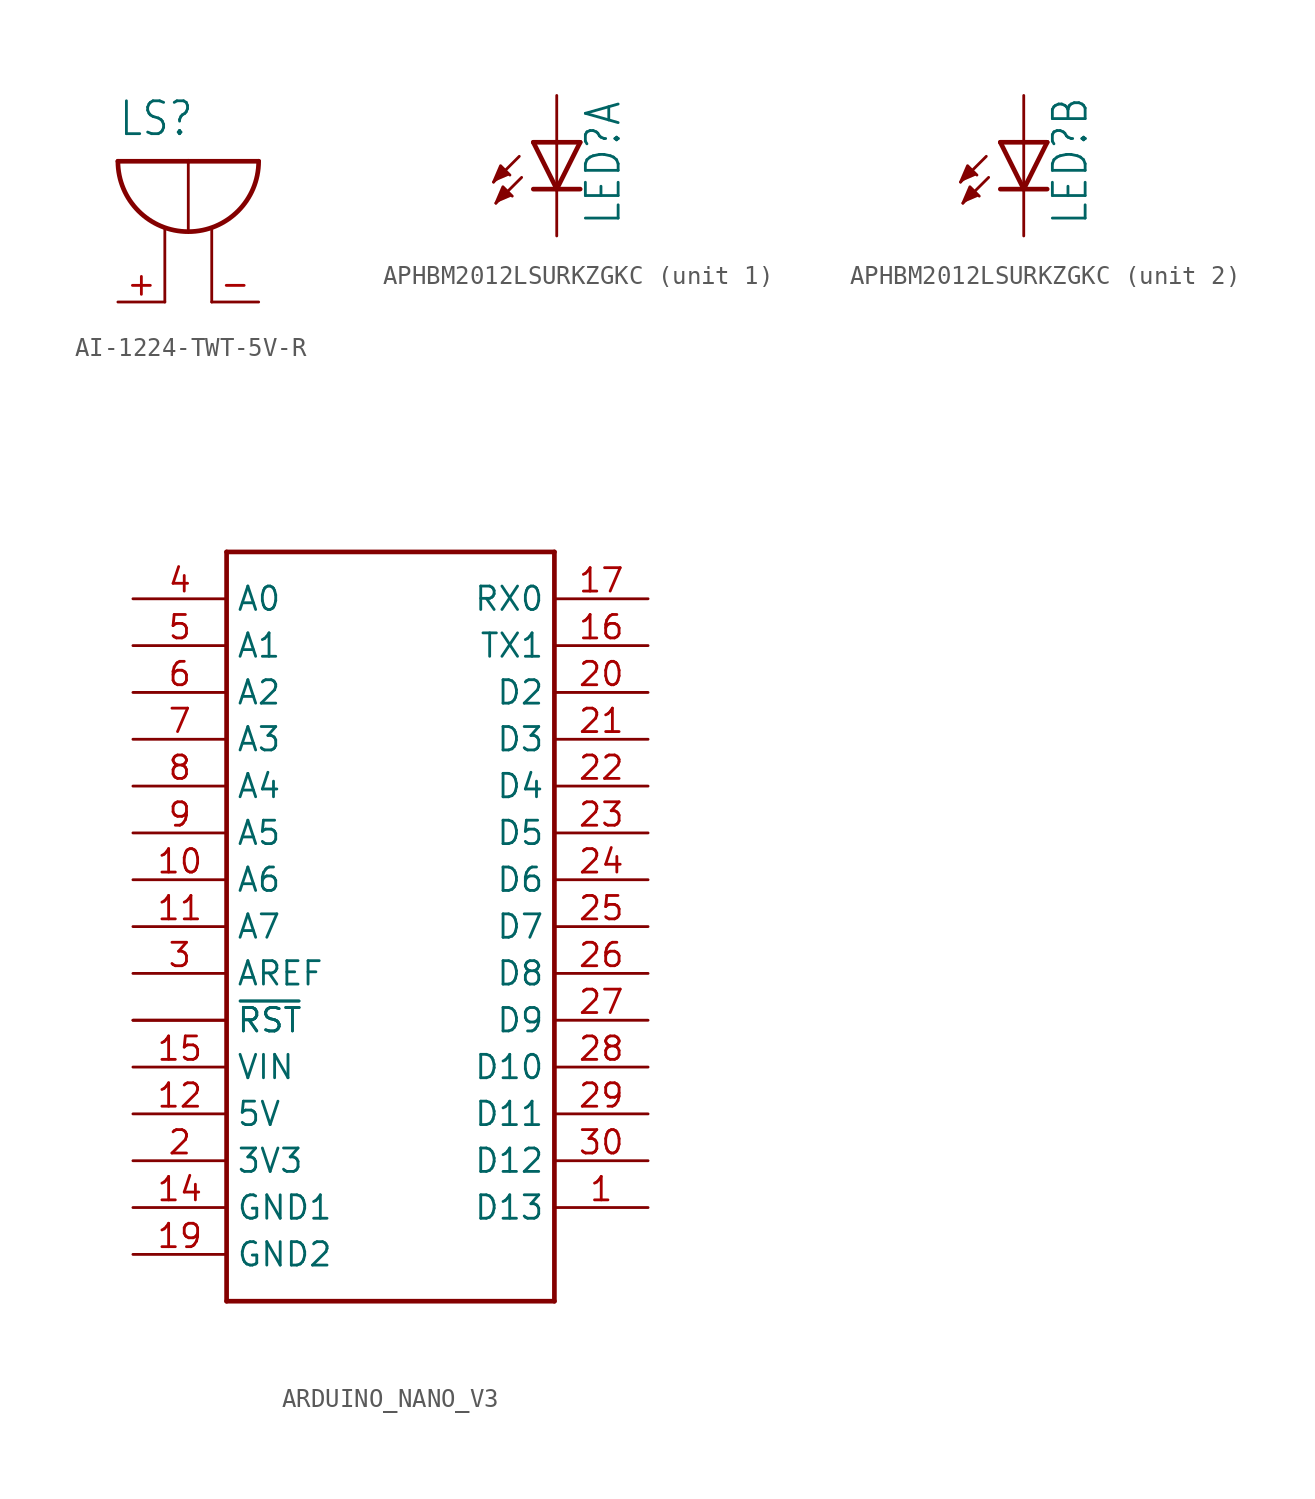
<source format=kicad_sym>
(kicad_symbol_lib
  (version 20231120)
  (generator "kicad_symbol_editor")
  (generator_version "8.0")
  (symbol "AI-1224-TWT-5V-R"
    (property "Reference" "LS"
      (at -2.54 6.35 0)
      (effects (font (size 1.778 1.511)) (justify left bottom)))
    (property "Value" ""
      (at 5.08 0 0)
      (effects (font (size 1.778 1.511)) (justify left bottom)))
    (property "ki_locked" ""
      (at 0 0 0)
      (effects (font (size 1.27 1.27))))
    (symbol "AI-1224-TWT-5V-R_1_0"
      (arc (start -2.54 5.08) (mid 1.27 1.27) (end 5.08 5.08) (stroke (width 0.254) (type solid)) (fill (type none)))
      (polyline (pts (xy -2.54 5.08) (xy 1.27 5.08)) (stroke (width 0.254) (type solid)) (fill (type none)))
      (polyline (pts (xy 0 -2.54) (xy 0 1.397)) (stroke (width 0.152) (type solid)) (fill (type none)))
      (polyline (pts (xy 1.27 1.27) (xy 1.27 5.08)) (stroke (width 0.152) (type solid)) (fill (type none)))
      (polyline (pts (xy 1.27 5.08) (xy 5.08 5.08)) (stroke (width 0.254) (type solid)) (fill (type none)))
      (polyline (pts (xy 2.54 -2.54) (xy 2.54 1.397)) (stroke (width 0.152) (type solid)) (fill (type none)))
      (pin passive line (at -2.54 -2.54 0) (length 2.54) (name "+" (effects (font (size 0 0)))) (number "+" (effects (font (size 1.27 1.27)))))
      (pin passive line (at 5.08 -2.54 180) (length 2.54) (name "-" (effects (font (size 0 0)))) (number "-" (effects (font (size 1.27 1.27)))))))
  (symbol "APHBM2012LSURKZGKC"
    (property "Reference" "LED"
      (at 3.556 -4.572 90)
      (effects (font (size 1.778 1.511)) (justify left bottom)))
    (property "Value" ""
      (at 5.715 -4.572 90)
      (effects (font (size 1.778 1.511)) (justify left bottom)))
    (property "ki_locked" ""
      (at 0 0 0)
      (effects (font (size 1.27 1.27))))
    (symbol "APHBM2012LSURKZGKC_1_0"
      (polyline (pts (xy -2.032 -0.762) (xy -3.429 -2.159)) (stroke (width 0.152) (type solid)) (fill (type none)))
      (polyline (pts (xy -1.905 -1.905) (xy -3.302 -3.302)) (stroke (width 0.152) (type solid)) (fill (type none)))
      (polyline (pts (xy 0 -2.54) (xy -1.27 -2.54)) (stroke (width 0.254) (type solid)) (fill (type none)))
      (polyline (pts (xy 0 -2.54) (xy -1.27 0)) (stroke (width 0.254) (type solid)) (fill (type none)))
      (polyline (pts (xy 0 0) (xy -1.27 0)) (stroke (width 0.254) (type solid)) (fill (type none)))
      (polyline (pts (xy 0 0) (xy 0 -2.54)) (stroke (width 0.152) (type solid)) (fill (type none)))
      (polyline (pts (xy 1.27 -2.54) (xy 0 -2.54)) (stroke (width 0.254) (type solid)) (fill (type none)))
      (polyline (pts (xy 1.27 0) (xy 0 -2.54)) (stroke (width 0.254) (type solid)) (fill (type none)))
      (polyline (pts (xy 1.27 0) (xy 0 0)) (stroke (width 0.254) (type solid)) (fill (type none)))
      (polyline (pts (xy -3.429 -2.159) (xy -3.048 -1.27) (xy -2.54 -1.778)) (stroke (width 0.152) (type solid)) (fill (type outline)))
      (polyline (pts (xy -3.302 -3.302) (xy -2.921 -2.413) (xy -2.413 -2.921)) (stroke (width 0.152) (type solid)) (fill (type outline)))
      (pin passive line (at 0 2.54 270) (length 2.54) (name "A" (effects (font (size 0 0)))) (number "A1" (effects (font (size 0 0)))))
      (pin passive line (at 0 -5.08 90) (length 2.54) (name "C" (effects (font (size 0 0)))) (number "K1" (effects (font (size 0 0))))))
    (symbol "APHBM2012LSURKZGKC_2_0"
      (polyline (pts (xy -2.032 -0.762) (xy -3.429 -2.159)) (stroke (width 0.152) (type solid)) (fill (type none)))
      (polyline (pts (xy -1.905 -1.905) (xy -3.302 -3.302)) (stroke (width 0.152) (type solid)) (fill (type none)))
      (polyline (pts (xy 0 -2.54) (xy -1.27 -2.54)) (stroke (width 0.254) (type solid)) (fill (type none)))
      (polyline (pts (xy 0 -2.54) (xy -1.27 0)) (stroke (width 0.254) (type solid)) (fill (type none)))
      (polyline (pts (xy 0 0) (xy -1.27 0)) (stroke (width 0.254) (type solid)) (fill (type none)))
      (polyline (pts (xy 0 0) (xy 0 -2.54)) (stroke (width 0.152) (type solid)) (fill (type none)))
      (polyline (pts (xy 1.27 -2.54) (xy 0 -2.54)) (stroke (width 0.254) (type solid)) (fill (type none)))
      (polyline (pts (xy 1.27 0) (xy 0 -2.54)) (stroke (width 0.254) (type solid)) (fill (type none)))
      (polyline (pts (xy 1.27 0) (xy 0 0)) (stroke (width 0.254) (type solid)) (fill (type none)))
      (polyline (pts (xy -3.429 -2.159) (xy -3.048 -1.27) (xy -2.54 -1.778)) (stroke (width 0.152) (type solid)) (fill (type outline)))
      (polyline (pts (xy -3.302 -3.302) (xy -2.921 -2.413) (xy -2.413 -2.921)) (stroke (width 0.152) (type solid)) (fill (type outline)))
      (pin passive line (at 0 2.54 270) (length 2.54) (name "A" (effects (font (size 0 0)))) (number "A2" (effects (font (size 0 0)))))
      (pin passive line (at 0 -5.08 90) (length 2.54) (name "C" (effects (font (size 0 0)))) (number "K2" (effects (font (size 0 0)))))))
  (symbol "ARDUINO_NANO_V3"
    (property "Reference" ""
      (at -33.02 26.416 0)
      (effects (font (size 1.27 1.079)) (justify left bottom) (hide yes)))
    (property "Value" ""
      (at -21.844 26.416 0)
      (effects (font (size 1.27 1.079)) (justify left bottom)))
    (property "ki_locked" ""
      (at 0 0 0)
      (effects (font (size 1.27 1.27))))
    (symbol "ARDUINO_NANO_V3_1_0"
      (polyline (pts (xy -33.02 -15.24) (xy -33.02 25.4)) (stroke (width 0.254) (type solid)) (fill (type none)))
      (polyline (pts (xy -33.02 25.4) (xy -15.24 25.4)) (stroke (width 0.254) (type solid)) (fill (type none)))
      (polyline (pts (xy -15.24 -15.24) (xy -33.02 -15.24)) (stroke (width 0.254) (type solid)) (fill (type none)))
      (polyline (pts (xy -15.24 25.4) (xy -15.24 -15.24)) (stroke (width 0.254) (type solid)) (fill (type none)))
      (pin bidirectional line (at -10.16 -10.16 180) (length 5.08) (name "D13" (effects (font (size 1.27 1.27)))) (number "1" (effects (font (size 1.27 1.27)))))
      (pin bidirectional line (at -38.1 7.62 0) (length 5.08) (name "A6" (effects (font (size 1.27 1.27)))) (number "10" (effects (font (size 1.27 1.27)))))
      (pin bidirectional line (at -38.1 5.08 0) (length 5.08) (name "A7" (effects (font (size 1.27 1.27)))) (number "11" (effects (font (size 1.27 1.27)))))
      (pin output line (at -38.1 -5.08 0) (length 5.08) (name "5V" (effects (font (size 1.27 1.27)))) (number "12" (effects (font (size 1.27 1.27)))))
      (pin bidirectional line (at -38.1 0 0) (length 5.08) (name "~{RST}" (effects (font (size 1.27 1.27)))) (number "13" (effects (font (size 0 0)))))
      (pin bidirectional line (at -38.1 -10.16 0) (length 5.08) (name "GND1" (effects (font (size 1.27 1.27)))) (number "14" (effects (font (size 1.27 1.27)))))
      (pin bidirectional line (at -38.1 -2.54 0) (length 5.08) (name "VIN" (effects (font (size 1.27 1.27)))) (number "15" (effects (font (size 1.27 1.27)))))
      (pin bidirectional line (at -10.16 20.32 180) (length 5.08) (name "TX1" (effects (font (size 1.27 1.27)))) (number "16" (effects (font (size 1.27 1.27)))))
      (pin bidirectional line (at -10.16 22.86 180) (length 5.08) (name "RX0" (effects (font (size 1.27 1.27)))) (number "17" (effects (font (size 1.27 1.27)))))
      (pin bidirectional line (at -38.1 0 0) (length 5.08) (name "~{RST}" (effects (font (size 1.27 1.27)))) (number "18" (effects (font (size 0 0)))))
      (pin bidirectional line (at -38.1 -12.7 0) (length 5.08) (name "GND2" (effects (font (size 1.27 1.27)))) (number "19" (effects (font (size 1.27 1.27)))))
      (pin output line (at -38.1 -7.62 0) (length 5.08) (name "3V3" (effects (font (size 1.27 1.27)))) (number "2" (effects (font (size 1.27 1.27)))))
      (pin bidirectional line (at -10.16 17.78 180) (length 5.08) (name "D2" (effects (font (size 1.27 1.27)))) (number "20" (effects (font (size 1.27 1.27)))))
      (pin bidirectional line (at -10.16 15.24 180) (length 5.08) (name "D3" (effects (font (size 1.27 1.27)))) (number "21" (effects (font (size 1.27 1.27)))))
      (pin bidirectional line (at -10.16 12.7 180) (length 5.08) (name "D4" (effects (font (size 1.27 1.27)))) (number "22" (effects (font (size 1.27 1.27)))))
      (pin bidirectional line (at -10.16 10.16 180) (length 5.08) (name "D5" (effects (font (size 1.27 1.27)))) (number "23" (effects (font (size 1.27 1.27)))))
      (pin bidirectional line (at -10.16 7.62 180) (length 5.08) (name "D6" (effects (font (size 1.27 1.27)))) (number "24" (effects (font (size 1.27 1.27)))))
      (pin bidirectional line (at -10.16 5.08 180) (length 5.08) (name "D7" (effects (font (size 1.27 1.27)))) (number "25" (effects (font (size 1.27 1.27)))))
      (pin bidirectional line (at -10.16 2.54 180) (length 5.08) (name "D8" (effects (font (size 1.27 1.27)))) (number "26" (effects (font (size 1.27 1.27)))))
      (pin bidirectional line (at -10.16 0 180) (length 5.08) (name "D9" (effects (font (size 1.27 1.27)))) (number "27" (effects (font (size 1.27 1.27)))))
      (pin bidirectional line (at -10.16 -2.54 180) (length 5.08) (name "D10" (effects (font (size 1.27 1.27)))) (number "28" (effects (font (size 1.27 1.27)))))
      (pin bidirectional line (at -10.16 -5.08 180) (length 5.08) (name "D11" (effects (font (size 1.27 1.27)))) (number "29" (effects (font (size 1.27 1.27)))))
      (pin bidirectional line (at -38.1 2.54 0) (length 5.08) (name "AREF" (effects (font (size 1.27 1.27)))) (number "3" (effects (font (size 1.27 1.27)))))
      (pin bidirectional line (at -10.16 -7.62 180) (length 5.08) (name "D12" (effects (font (size 1.27 1.27)))) (number "30" (effects (font (size 1.27 1.27)))))
      (pin bidirectional line (at -38.1 22.86 0) (length 5.08) (name "A0" (effects (font (size 1.27 1.27)))) (number "4" (effects (font (size 1.27 1.27)))))
      (pin bidirectional line (at -38.1 20.32 0) (length 5.08) (name "A1" (effects (font (size 1.27 1.27)))) (number "5" (effects (font (size 1.27 1.27)))))
      (pin bidirectional line (at -38.1 17.78 0) (length 5.08) (name "A2" (effects (font (size 1.27 1.27)))) (number "6" (effects (font (size 1.27 1.27)))))
      (pin bidirectional line (at -38.1 15.24 0) (length 5.08) (name "A3" (effects (font (size 1.27 1.27)))) (number "7" (effects (font (size 1.27 1.27)))))
      (pin bidirectional line (at -38.1 12.7 0) (length 5.08) (name "A4" (effects (font (size 1.27 1.27)))) (number "8" (effects (font (size 1.27 1.27)))))
      (pin bidirectional line (at -38.1 10.16 0) (length 5.08) (name "A5" (effects (font (size 1.27 1.27)))) (number "9" (effects (font (size 1.27 1.27))))))))
</source>
